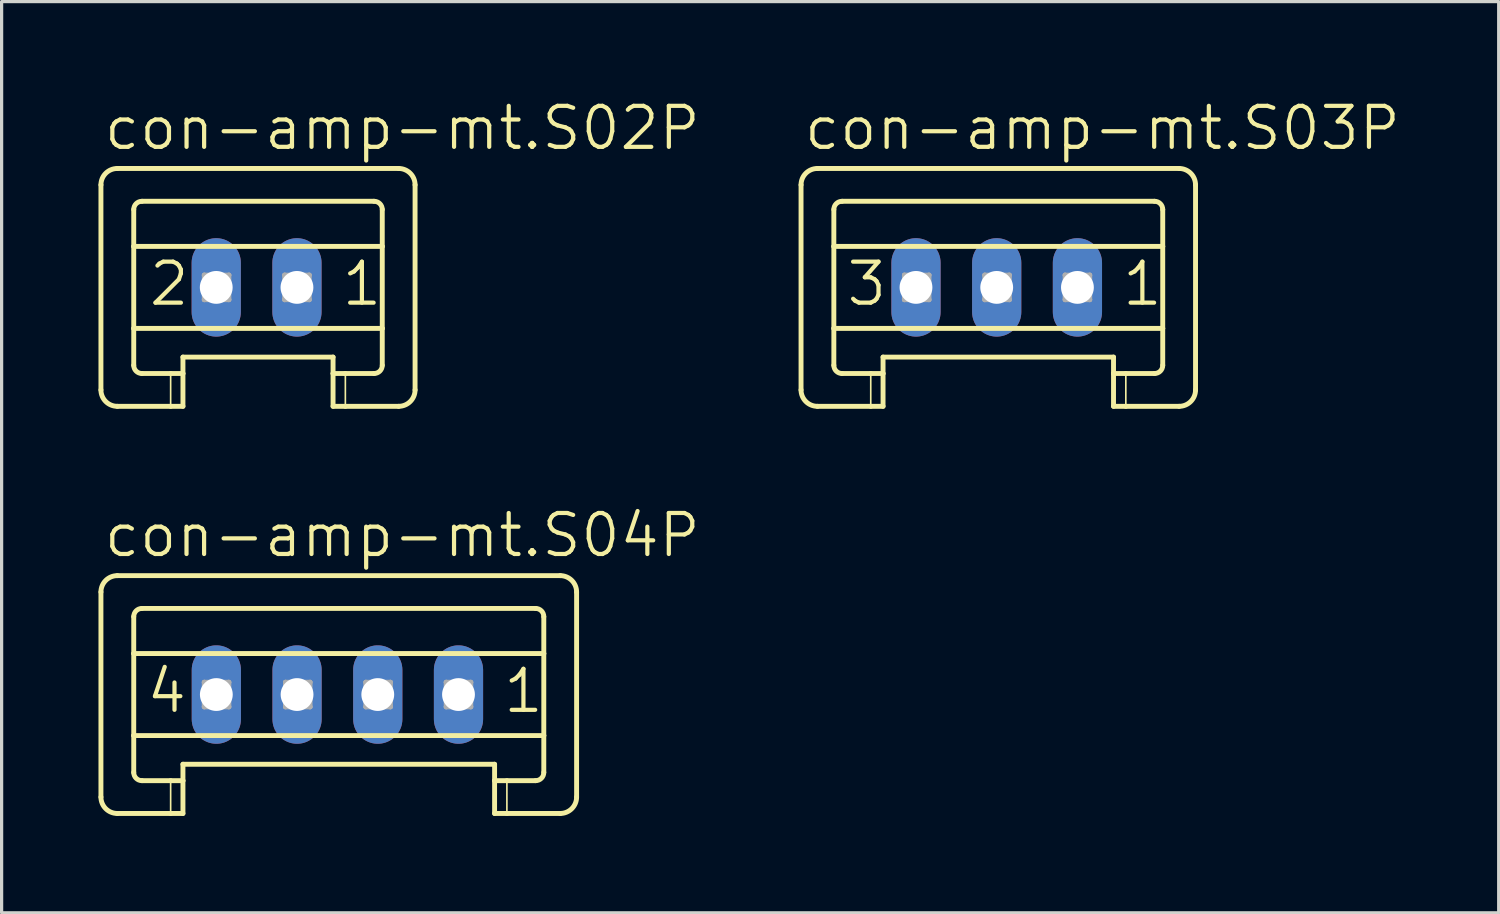
<source format=kicad_pcb>
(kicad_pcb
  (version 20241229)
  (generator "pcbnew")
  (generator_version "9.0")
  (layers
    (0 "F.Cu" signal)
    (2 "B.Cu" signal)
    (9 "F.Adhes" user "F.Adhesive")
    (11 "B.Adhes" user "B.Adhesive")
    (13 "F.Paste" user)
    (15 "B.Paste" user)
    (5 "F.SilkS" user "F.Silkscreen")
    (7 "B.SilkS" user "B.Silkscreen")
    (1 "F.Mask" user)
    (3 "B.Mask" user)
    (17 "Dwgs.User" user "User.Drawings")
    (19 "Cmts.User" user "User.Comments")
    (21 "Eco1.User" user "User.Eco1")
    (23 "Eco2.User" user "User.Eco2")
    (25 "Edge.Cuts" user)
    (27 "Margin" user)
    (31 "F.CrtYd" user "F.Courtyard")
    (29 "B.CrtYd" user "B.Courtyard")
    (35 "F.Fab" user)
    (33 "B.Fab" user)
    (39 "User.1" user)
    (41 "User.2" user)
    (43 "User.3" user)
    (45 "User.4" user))
  (footprint "con-amp-mt.S04P"
    (layer "F.Cu")
    (at 7.4 18.461)
    (property "Reference" "con-amp-mt.S04P" (at -7.299 -4.191 0) (layer "F.SilkS") (effects (font (size 1.27 1.27) (thickness 0.13)) (justify left bottom)))
    (attr through_hole)
    (fp_line (start -7.324 -3.175) (end -7.324 3.175) (stroke (width 0.152) (type default)) (layer "F.SilkS"))
    (fp_line (start -6.816 -3.683) (end 6.9 -3.683) (stroke (width 0.152) (type default)) (layer "F.SilkS"))
    (fp_line (start -6.308 -1.27) (end -6.308 -2.413) (stroke (width 0.152) (type default)) (layer "F.SilkS"))
    (fp_line (start -6.308 -1.27) (end 6.392 -1.27) (stroke (width 0.152) (type default)) (layer "F.SilkS"))
    (fp_line (start -6.308 1.27) (end -6.308 -1.27) (stroke (width 0.152) (type default)) (layer "F.SilkS"))
    (fp_line (start -6.308 1.27) (end 6.392 1.27) (stroke (width 0.152) (type default)) (layer "F.SilkS"))
    (fp_line (start -6.308 2.413) (end -6.308 1.27) (stroke (width 0.152) (type default)) (layer "F.SilkS"))
    (fp_line (start -6.054 -2.667) (end 6.138 -2.667) (stroke (width 0.152) (type default)) (layer "F.SilkS"))
    (fp_line (start -6.054 2.667) (end -5.165 2.667) (stroke (width 0.152) (type default)) (layer "F.SilkS"))
    (fp_line (start -5.165 2.667) (end -5.165 3.683) (stroke (width 0.051) (type default)) (layer "F.SilkS"))
    (fp_line (start -5.165 2.667) (end -4.784 2.667) (stroke (width 0.152) (type default)) (layer "F.SilkS"))
    (fp_line (start -5.165 3.683) (end -6.816 3.683) (stroke (width 0.152) (type default)) (layer "F.SilkS"))
    (fp_line (start -4.784 2.159) (end 4.868 2.159) (stroke (width 0.152) (type default)) (layer "F.SilkS"))
    (fp_line (start -4.784 2.667) (end -4.784 2.159) (stroke (width 0.152) (type default)) (layer "F.SilkS"))
    (fp_line (start -4.784 2.667) (end -4.784 3.683) (stroke (width 0.152) (type default)) (layer "F.SilkS"))
    (fp_line (start -4.784 3.683) (end -5.165 3.683) (stroke (width 0.152) (type default)) (layer "F.SilkS"))
    (fp_line (start 4.868 2.667) (end 4.868 2.159) (stroke (width 0.152) (type default)) (layer "F.SilkS"))
    (fp_line (start 4.868 2.667) (end 5.249 2.667) (stroke (width 0.152) (type default)) (layer "F.SilkS"))
    (fp_line (start 4.868 3.683) (end 4.868 2.667) (stroke (width 0.152) (type default)) (layer "F.SilkS"))
    (fp_line (start 5.249 2.667) (end 5.249 3.683) (stroke (width 0.051) (type default)) (layer "F.SilkS"))
    (fp_line (start 5.249 2.667) (end 6.138 2.667) (stroke (width 0.152) (type default)) (layer "F.SilkS"))
    (fp_line (start 5.249 3.683) (end 4.868 3.683) (stroke (width 0.152) (type default)) (layer "F.SilkS"))
    (fp_line (start 6.392 -1.27) (end 6.392 -2.413) (stroke (width 0.152) (type default)) (layer "F.SilkS"))
    (fp_line (start 6.392 1.27) (end 6.392 -1.27) (stroke (width 0.152) (type default)) (layer "F.SilkS"))
    (fp_line (start 6.392 2.413) (end 6.392 1.27) (stroke (width 0.152) (type default)) (layer "F.SilkS"))
    (fp_line (start 6.9 3.683) (end 5.249 3.683) (stroke (width 0.152) (type default)) (layer "F.SilkS"))
    (fp_line (start 7.408 -3.175) (end 7.408 3.175) (stroke (width 0.152) (type default)) (layer "F.SilkS"))
    (fp_arc (start -7.324 -3.175) (mid -7.17521 -3.53421) (end -6.816 -3.683) (stroke (width 0.1524) (type default)) (layer "F.SilkS"))
    (fp_arc (start -6.816 3.683) (mid -7.17521 3.53421) (end -7.324 3.175) (stroke (width 0.1524) (type default)) (layer "F.SilkS"))
    (fp_arc (start -6.308 -2.413) (mid -6.233605 -2.592605) (end -6.054 -2.667) (stroke (width 0.1524) (type default)) (layer "F.SilkS"))
    (fp_arc (start -6.054 2.667) (mid -6.233605 2.592605) (end -6.308 2.413) (stroke (width 0.1524) (type default)) (layer "F.SilkS"))
    (fp_arc (start 6.138 -2.667) (mid 6.317605 -2.592605) (end 6.392 -2.413) (stroke (width 0.1524) (type default)) (layer "F.SilkS"))
    (fp_arc (start 6.392 2.413) (mid 6.317605 2.592605) (end 6.138 2.667) (stroke (width 0.1524) (type default)) (layer "F.SilkS"))
    (fp_arc (start 6.9 -3.683) (mid 7.25921 -3.53421) (end 7.408 -3.175) (stroke (width 0.1524) (type default)) (layer "F.SilkS"))
    (fp_arc (start 7.408 3.175) (mid 7.25921 3.53421) (end 6.9 3.683) (stroke (width 0.1524) (type default)) (layer "F.SilkS"))
    (fp_line (start -4.124 -0.381) (end -4.124 0.381) (stroke (width 0.152) (type default)) (layer "F.Fab"))
    (fp_line (start -4.124 -0.381) (end -3.362 0.381) (stroke (width 0.152) (type default)) (layer "F.Fab"))
    (fp_line (start -4.124 0.381) (end -3.362 0.381) (stroke (width 0.152) (type default)) (layer "F.Fab"))
    (fp_line (start -3.362 -0.381) (end -4.124 -0.381) (stroke (width 0.152) (type default)) (layer "F.Fab"))
    (fp_line (start -3.362 -0.381) (end -4.124 0.381) (stroke (width 0.152) (type default)) (layer "F.Fab"))
    (fp_line (start -3.362 0.381) (end -3.362 -0.381) (stroke (width 0.152) (type default)) (layer "F.Fab"))
    (fp_line (start -1.609 -0.381) (end -1.609 0.381) (stroke (width 0.152) (type default)) (layer "F.Fab"))
    (fp_line (start -1.609 -0.381) (end -0.847 0.381) (stroke (width 0.152) (type default)) (layer "F.Fab"))
    (fp_line (start -1.609 0.381) (end -0.847 0.381) (stroke (width 0.152) (type default)) (layer "F.Fab"))
    (fp_line (start -0.847 -0.381) (end -1.609 -0.381) (stroke (width 0.152) (type default)) (layer "F.Fab"))
    (fp_line (start -0.847 -0.381) (end -1.609 0.381) (stroke (width 0.152) (type default)) (layer "F.Fab"))
    (fp_line (start -0.847 0.381) (end -0.847 -0.381) (stroke (width 0.152) (type default)) (layer "F.Fab"))
    (fp_line (start 0.88 -0.381) (end 0.88 0.381) (stroke (width 0.152) (type default)) (layer "F.Fab"))
    (fp_line (start 0.88 -0.381) (end 1.642 0.381) (stroke (width 0.152) (type default)) (layer "F.Fab"))
    (fp_line (start 0.88 0.381) (end 1.642 0.381) (stroke (width 0.152) (type default)) (layer "F.Fab"))
    (fp_line (start 1.642 -0.381) (end 0.88 -0.381) (stroke (width 0.152) (type default)) (layer "F.Fab"))
    (fp_line (start 1.642 -0.381) (end 0.88 0.381) (stroke (width 0.152) (type default)) (layer "F.Fab"))
    (fp_line (start 1.642 0.381) (end 1.642 -0.381) (stroke (width 0.152) (type default)) (layer "F.Fab"))
    (fp_line (start 3.369 -0.381) (end 3.369 0.381) (stroke (width 0.152) (type default)) (layer "F.Fab"))
    (fp_line (start 3.369 -0.381) (end 4.131 0.381) (stroke (width 0.152) (type default)) (layer "F.Fab"))
    (fp_line (start 3.369 0.381) (end 4.131 0.381) (stroke (width 0.152) (type default)) (layer "F.Fab"))
    (fp_line (start 4.131 -0.381) (end 3.369 -0.381) (stroke (width 0.152) (type default)) (layer "F.Fab"))
    (fp_line (start 4.131 -0.381) (end 3.369 0.381) (stroke (width 0.152) (type default)) (layer "F.Fab"))
    (fp_line (start 4.131 0.381) (end 4.131 -0.381) (stroke (width 0.152) (type default)) (layer "F.Fab"))
    (fp_text user "4" (at -5.978 0.635 0) (layer "F.SilkS") (effects (font (size 1.27 1.27) (thickness 0.13)) (justify left bottom)))
    (fp_text user "1" (at 5.071 0.635 0) (layer "F.SilkS") (effects (font (size 1.27 1.27) (thickness 0.13)) (justify left bottom)))
    (pad "1" thru_hole oval (at 3.75 0 90) (size 3.048 1.524) (drill 1.016) (layers "*.Cu" "*.Mask"))
    (pad "2" thru_hole oval (at 1.25 0 90) (size 3.048 1.524) (drill 1.016) (layers "*.Cu" "*.Mask"))
    (pad "3" thru_hole oval (at -1.25 0 90) (size 3.048 1.524) (drill 1.016) (layers "*.Cu" "*.Mask"))
    (pad "4" thru_hole oval (at -3.75 0 90) (size 3.048 1.524) (drill 1.016) (layers "*.Cu" "*.Mask")))
  (footprint "con-amp-mt.S02P"
    (layer "F.Cu")
    (at 4.897 5.851)
    (property "Reference" "con-amp-mt.S02P" (at -4.795 -4.191 0) (layer "F.SilkS") (effects (font (size 1.27 1.27) (thickness 0.13)) (justify left bottom)))
    (attr through_hole)
    (fp_line (start -4.821 -3.175) (end -4.821 3.175) (stroke (width 0.152) (type default)) (layer "F.SilkS"))
    (fp_line (start -4.313 -3.683) (end 4.4 -3.683) (stroke (width 0.152) (type default)) (layer "F.SilkS"))
    (fp_line (start -3.805 -1.27) (end -3.805 -2.413) (stroke (width 0.152) (type default)) (layer "F.SilkS"))
    (fp_line (start -3.805 -1.27) (end 3.892 -1.27) (stroke (width 0.152) (type default)) (layer "F.SilkS"))
    (fp_line (start -3.805 1.27) (end -3.805 -1.27) (stroke (width 0.152) (type default)) (layer "F.SilkS"))
    (fp_line (start -3.805 1.27) (end 3.892 1.27) (stroke (width 0.152) (type default)) (layer "F.SilkS"))
    (fp_line (start -3.805 2.413) (end -3.805 1.27) (stroke (width 0.152) (type default)) (layer "F.SilkS"))
    (fp_line (start -3.551 -2.667) (end 3.638 -2.667) (stroke (width 0.152) (type default)) (layer "F.SilkS"))
    (fp_line (start -3.551 2.667) (end -2.662 2.667) (stroke (width 0.152) (type default)) (layer "F.SilkS"))
    (fp_line (start -2.662 2.667) (end -2.662 3.683) (stroke (width 0.051) (type default)) (layer "F.SilkS"))
    (fp_line (start -2.662 2.667) (end -2.281 2.667) (stroke (width 0.152) (type default)) (layer "F.SilkS"))
    (fp_line (start -2.662 3.683) (end -4.313 3.683) (stroke (width 0.152) (type default)) (layer "F.SilkS"))
    (fp_line (start -2.281 2.159) (end 2.368 2.159) (stroke (width 0.152) (type default)) (layer "F.SilkS"))
    (fp_line (start -2.281 2.667) (end -2.281 2.159) (stroke (width 0.152) (type default)) (layer "F.SilkS"))
    (fp_line (start -2.281 2.667) (end -2.281 3.683) (stroke (width 0.152) (type default)) (layer "F.SilkS"))
    (fp_line (start -2.281 3.683) (end -2.662 3.683) (stroke (width 0.152) (type default)) (layer "F.SilkS"))
    (fp_line (start 2.368 2.667) (end 2.368 2.159) (stroke (width 0.152) (type default)) (layer "F.SilkS"))
    (fp_line (start 2.368 2.667) (end 2.749 2.667) (stroke (width 0.152) (type default)) (layer "F.SilkS"))
    (fp_line (start 2.368 3.683) (end 2.368 2.667) (stroke (width 0.152) (type default)) (layer "F.SilkS"))
    (fp_line (start 2.749 2.667) (end 2.749 3.683) (stroke (width 0.051) (type default)) (layer "F.SilkS"))
    (fp_line (start 2.749 2.667) (end 3.638 2.667) (stroke (width 0.152) (type default)) (layer "F.SilkS"))
    (fp_line (start 2.749 3.683) (end 2.368 3.683) (stroke (width 0.152) (type default)) (layer "F.SilkS"))
    (fp_line (start 3.892 -1.27) (end 3.892 -2.413) (stroke (width 0.152) (type default)) (layer "F.SilkS"))
    (fp_line (start 3.892 1.27) (end 3.892 -1.27) (stroke (width 0.152) (type default)) (layer "F.SilkS"))
    (fp_line (start 3.892 2.413) (end 3.892 1.27) (stroke (width 0.152) (type default)) (layer "F.SilkS"))
    (fp_line (start 4.4 3.683) (end 2.749 3.683) (stroke (width 0.152) (type default)) (layer "F.SilkS"))
    (fp_line (start 4.908 -3.175) (end 4.908 3.175) (stroke (width 0.152) (type default)) (layer "F.SilkS"))
    (fp_arc (start -4.821 -3.175) (mid -4.67221 -3.53421) (end -4.313 -3.683) (stroke (width 0.1524) (type default)) (layer "F.SilkS"))
    (fp_arc (start -4.313 3.683) (mid -4.67221 3.53421) (end -4.821 3.175) (stroke (width 0.1524) (type default)) (layer "F.SilkS"))
    (fp_arc (start -3.805 -2.413) (mid -3.730605 -2.592605) (end -3.551 -2.667) (stroke (width 0.1524) (type default)) (layer "F.SilkS"))
    (fp_arc (start -3.551 2.667) (mid -3.730605 2.592605) (end -3.805 2.413) (stroke (width 0.1524) (type default)) (layer "F.SilkS"))
    (fp_arc (start 3.638 -2.667) (mid 3.817605 -2.592605) (end 3.892 -2.413) (stroke (width 0.1524) (type default)) (layer "F.SilkS"))
    (fp_arc (start 3.892 2.413) (mid 3.817605 2.592605) (end 3.638 2.667) (stroke (width 0.1524) (type default)) (layer "F.SilkS"))
    (fp_arc (start 4.4 -3.683) (mid 4.75921 -3.53421) (end 4.908 -3.175) (stroke (width 0.1524) (type default)) (layer "F.SilkS"))
    (fp_arc (start 4.908 3.175) (mid 4.75921 3.53421) (end 4.4 3.683) (stroke (width 0.1524) (type default)) (layer "F.SilkS"))
    (fp_line (start -1.62 -0.381) (end -1.62 0.381) (stroke (width 0.152) (type default)) (layer "F.Fab"))
    (fp_line (start -1.62 -0.381) (end -0.858 0.381) (stroke (width 0.152) (type default)) (layer "F.Fab"))
    (fp_line (start -1.62 0.381) (end -0.858 0.381) (stroke (width 0.152) (type default)) (layer "F.Fab"))
    (fp_line (start -0.858 -0.381) (end -1.62 -0.381) (stroke (width 0.152) (type default)) (layer "F.Fab"))
    (fp_line (start -0.858 -0.381) (end -1.62 0.381) (stroke (width 0.152) (type default)) (layer "F.Fab"))
    (fp_line (start -0.858 0.381) (end -0.858 -0.381) (stroke (width 0.152) (type default)) (layer "F.Fab"))
    (fp_line (start 0.869 -0.381) (end 0.869 0.381) (stroke (width 0.152) (type default)) (layer "F.Fab"))
    (fp_line (start 0.869 -0.381) (end 1.631 0.381) (stroke (width 0.152) (type default)) (layer "F.Fab"))
    (fp_line (start 0.869 0.381) (end 1.631 0.381) (stroke (width 0.152) (type default)) (layer "F.Fab"))
    (fp_line (start 1.631 -0.381) (end 0.869 -0.381) (stroke (width 0.152) (type default)) (layer "F.Fab"))
    (fp_line (start 1.631 -0.381) (end 0.869 0.381) (stroke (width 0.152) (type default)) (layer "F.Fab"))
    (fp_line (start 1.631 0.381) (end 1.631 -0.381) (stroke (width 0.152) (type default)) (layer "F.Fab"))
    (fp_text user "2" (at -3.398 0.635 0) (layer "F.SilkS") (effects (font (size 1.27 1.27) (thickness 0.13)) (justify left bottom)))
    (fp_text user "1" (at 2.571 0.635 0) (layer "F.SilkS") (effects (font (size 1.27 1.27) (thickness 0.13)) (justify left bottom)))
    (pad "1" thru_hole oval (at 1.25 0 90) (size 3.048 1.524) (drill 1.016) (layers "*.Cu" "*.Mask"))
    (pad "2" thru_hole oval (at -1.25 0 90) (size 3.048 1.524) (drill 1.016) (layers "*.Cu" "*.Mask")))
  (footprint "con-amp-mt.S03P"
    (layer "F.Cu")
    (at 27.819 5.851)
    (property "Reference" "con-amp-mt.S03P" (at -6.034 -4.191 0) (layer "F.SilkS") (effects (font (size 1.27 1.27) (thickness 0.13)) (justify left bottom)))
    (attr through_hole)
    (fp_line (start -6.06 -3.175) (end -6.06 3.175) (stroke (width 0.152) (type default)) (layer "F.SilkS"))
    (fp_line (start -5.552 -3.683) (end 5.65 -3.683) (stroke (width 0.152) (type default)) (layer "F.SilkS"))
    (fp_line (start -5.044 -1.27) (end -5.044 -2.413) (stroke (width 0.152) (type default)) (layer "F.SilkS"))
    (fp_line (start -5.044 -1.27) (end 5.142 -1.27) (stroke (width 0.152) (type default)) (layer "F.SilkS"))
    (fp_line (start -5.044 1.27) (end -5.044 -1.27) (stroke (width 0.152) (type default)) (layer "F.SilkS"))
    (fp_line (start -5.044 1.27) (end 5.142 1.27) (stroke (width 0.152) (type default)) (layer "F.SilkS"))
    (fp_line (start -5.044 2.413) (end -5.044 1.27) (stroke (width 0.152) (type default)) (layer "F.SilkS"))
    (fp_line (start -4.79 -2.667) (end 4.888 -2.667) (stroke (width 0.152) (type default)) (layer "F.SilkS"))
    (fp_line (start -4.79 2.667) (end -3.901 2.667) (stroke (width 0.152) (type default)) (layer "F.SilkS"))
    (fp_line (start -3.901 2.667) (end -3.901 3.683) (stroke (width 0.051) (type default)) (layer "F.SilkS"))
    (fp_line (start -3.901 2.667) (end -3.52 2.667) (stroke (width 0.152) (type default)) (layer "F.SilkS"))
    (fp_line (start -3.901 3.683) (end -5.552 3.683) (stroke (width 0.152) (type default)) (layer "F.SilkS"))
    (fp_line (start -3.52 2.159) (end 3.618 2.159) (stroke (width 0.152) (type default)) (layer "F.SilkS"))
    (fp_line (start -3.52 2.667) (end -3.52 2.159) (stroke (width 0.152) (type default)) (layer "F.SilkS"))
    (fp_line (start -3.52 2.667) (end -3.52 3.683) (stroke (width 0.152) (type default)) (layer "F.SilkS"))
    (fp_line (start -3.52 3.683) (end -3.901 3.683) (stroke (width 0.152) (type default)) (layer "F.SilkS"))
    (fp_line (start 3.618 2.667) (end 3.618 2.159) (stroke (width 0.152) (type default)) (layer "F.SilkS"))
    (fp_line (start 3.618 2.667) (end 3.999 2.667) (stroke (width 0.152) (type default)) (layer "F.SilkS"))
    (fp_line (start 3.618 3.683) (end 3.618 2.667) (stroke (width 0.152) (type default)) (layer "F.SilkS"))
    (fp_line (start 3.999 2.667) (end 3.999 3.683) (stroke (width 0.051) (type default)) (layer "F.SilkS"))
    (fp_line (start 3.999 2.667) (end 4.888 2.667) (stroke (width 0.152) (type default)) (layer "F.SilkS"))
    (fp_line (start 3.999 3.683) (end 3.618 3.683) (stroke (width 0.152) (type default)) (layer "F.SilkS"))
    (fp_line (start 5.142 -1.27) (end 5.142 -2.413) (stroke (width 0.152) (type default)) (layer "F.SilkS"))
    (fp_line (start 5.142 1.27) (end 5.142 -1.27) (stroke (width 0.152) (type default)) (layer "F.SilkS"))
    (fp_line (start 5.142 2.413) (end 5.142 1.27) (stroke (width 0.152) (type default)) (layer "F.SilkS"))
    (fp_line (start 5.65 3.683) (end 3.999 3.683) (stroke (width 0.152) (type default)) (layer "F.SilkS"))
    (fp_line (start 6.158 -3.175) (end 6.158 3.175) (stroke (width 0.152) (type default)) (layer "F.SilkS"))
    (fp_arc (start -6.06 -3.175) (mid -5.91121 -3.53421) (end -5.552 -3.683) (stroke (width 0.1524) (type default)) (layer "F.SilkS"))
    (fp_arc (start -5.552 3.683) (mid -5.91121 3.53421) (end -6.06 3.175) (stroke (width 0.1524) (type default)) (layer "F.SilkS"))
    (fp_arc (start -5.044 -2.413) (mid -4.969605 -2.592605) (end -4.79 -2.667) (stroke (width 0.1524) (type default)) (layer "F.SilkS"))
    (fp_arc (start -4.79 2.667) (mid -4.969605 2.592605) (end -5.044 2.413) (stroke (width 0.1524) (type default)) (layer "F.SilkS"))
    (fp_arc (start 4.888 -2.667) (mid 5.067605 -2.592605) (end 5.142 -2.413) (stroke (width 0.1524) (type default)) (layer "F.SilkS"))
    (fp_arc (start 5.142 2.413) (mid 5.067605 2.592605) (end 4.888 2.667) (stroke (width 0.1524) (type default)) (layer "F.SilkS"))
    (fp_arc (start 5.65 -3.683) (mid 6.00921 -3.53421) (end 6.158 -3.175) (stroke (width 0.1524) (type default)) (layer "F.SilkS"))
    (fp_arc (start 6.158 3.175) (mid 6.00921 3.53421) (end 5.65 3.683) (stroke (width 0.1524) (type default)) (layer "F.SilkS"))
    (fp_line (start -2.859 -0.381) (end -2.859 0.381) (stroke (width 0.152) (type default)) (layer "F.Fab"))
    (fp_line (start -2.859 -0.381) (end -2.097 0.381) (stroke (width 0.152) (type default)) (layer "F.Fab"))
    (fp_line (start -2.859 0.381) (end -2.097 0.381) (stroke (width 0.152) (type default)) (layer "F.Fab"))
    (fp_line (start -2.097 -0.381) (end -2.859 -0.381) (stroke (width 0.152) (type default)) (layer "F.Fab"))
    (fp_line (start -2.097 -0.381) (end -2.859 0.381) (stroke (width 0.152) (type default)) (layer "F.Fab"))
    (fp_line (start -2.097 0.381) (end -2.097 -0.381) (stroke (width 0.152) (type default)) (layer "F.Fab"))
    (fp_line (start -0.37 -0.381) (end -0.37 0.381) (stroke (width 0.152) (type default)) (layer "F.Fab"))
    (fp_line (start -0.37 -0.381) (end 0.392 0.381) (stroke (width 0.152) (type default)) (layer "F.Fab"))
    (fp_line (start -0.37 0.381) (end 0.392 0.381) (stroke (width 0.152) (type default)) (layer "F.Fab"))
    (fp_line (start 0.392 -0.381) (end -0.37 -0.381) (stroke (width 0.152) (type default)) (layer "F.Fab"))
    (fp_line (start 0.392 -0.381) (end -0.37 0.381) (stroke (width 0.152) (type default)) (layer "F.Fab"))
    (fp_line (start 0.392 0.381) (end 0.392 -0.381) (stroke (width 0.152) (type default)) (layer "F.Fab"))
    (fp_line (start 2.119 -0.381) (end 2.119 0.381) (stroke (width 0.152) (type default)) (layer "F.Fab"))
    (fp_line (start 2.119 -0.381) (end 2.881 0.381) (stroke (width 0.152) (type default)) (layer "F.Fab"))
    (fp_line (start 2.119 0.381) (end 2.881 0.381) (stroke (width 0.152) (type default)) (layer "F.Fab"))
    (fp_line (start 2.881 -0.381) (end 2.119 -0.381) (stroke (width 0.152) (type default)) (layer "F.Fab"))
    (fp_line (start 2.881 -0.381) (end 2.119 0.381) (stroke (width 0.152) (type default)) (layer "F.Fab"))
    (fp_line (start 2.881 0.381) (end 2.881 -0.381) (stroke (width 0.152) (type default)) (layer "F.Fab"))
    (fp_text user "3" (at -4.714 0.635 0) (layer "F.SilkS") (effects (font (size 1.27 1.27) (thickness 0.13)) (justify left bottom)))
    (fp_text user "1" (at 3.821 0.635 0) (layer "F.SilkS") (effects (font (size 1.27 1.27) (thickness 0.13)) (justify left bottom)))
    (pad "1" thru_hole oval (at 2.5 0 90) (size 3.048 1.524) (drill 1.016) (layers "*.Cu" "*.Mask"))
    (pad "2" thru_hole oval (at 0 0 90) (size 3.048 1.524) (drill 1.016) (layers "*.Cu" "*.Mask"))
    (pad "3" thru_hole oval (at -2.5 0 90) (size 3.048 1.524) (drill 1.016) (layers "*.Cu" "*.Mask")))
  (gr_rect
    (start -3 -3)
    (end 43.366 25.22)
    (stroke (width 0.1) (type default))
    (fill no)
    (layer "Edge.Cuts")))
</source>
